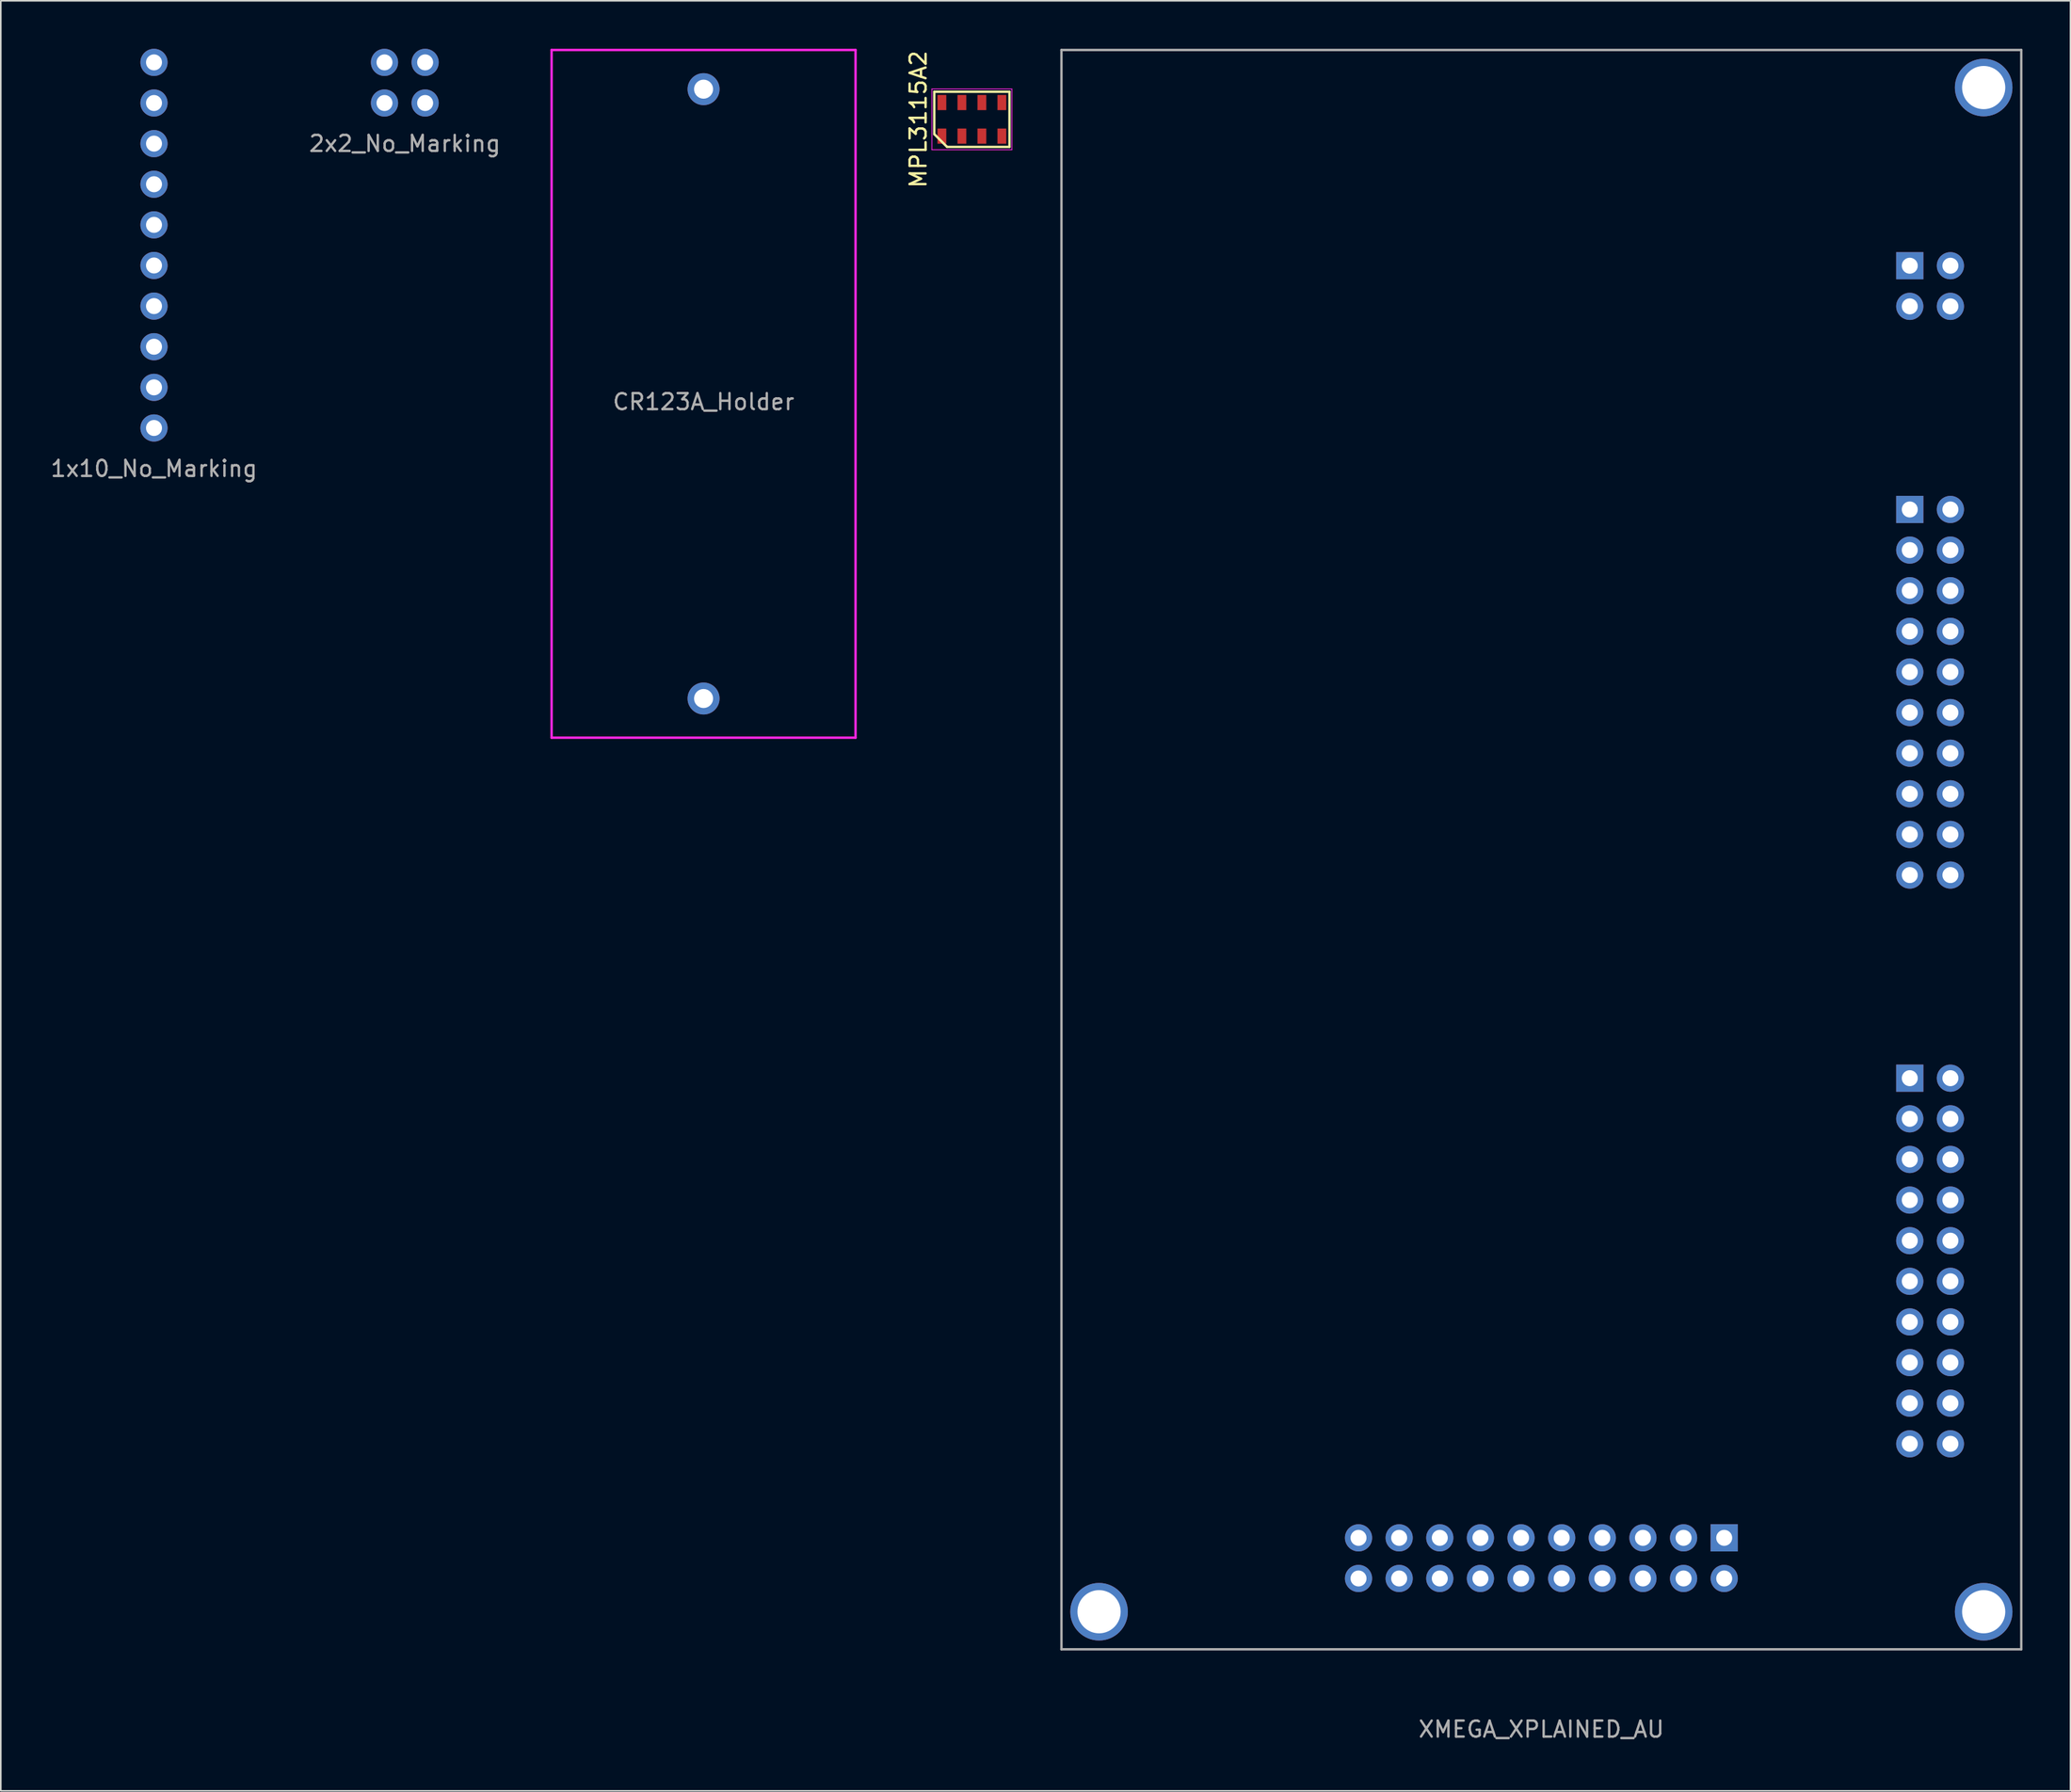
<source format=kicad_pcb>
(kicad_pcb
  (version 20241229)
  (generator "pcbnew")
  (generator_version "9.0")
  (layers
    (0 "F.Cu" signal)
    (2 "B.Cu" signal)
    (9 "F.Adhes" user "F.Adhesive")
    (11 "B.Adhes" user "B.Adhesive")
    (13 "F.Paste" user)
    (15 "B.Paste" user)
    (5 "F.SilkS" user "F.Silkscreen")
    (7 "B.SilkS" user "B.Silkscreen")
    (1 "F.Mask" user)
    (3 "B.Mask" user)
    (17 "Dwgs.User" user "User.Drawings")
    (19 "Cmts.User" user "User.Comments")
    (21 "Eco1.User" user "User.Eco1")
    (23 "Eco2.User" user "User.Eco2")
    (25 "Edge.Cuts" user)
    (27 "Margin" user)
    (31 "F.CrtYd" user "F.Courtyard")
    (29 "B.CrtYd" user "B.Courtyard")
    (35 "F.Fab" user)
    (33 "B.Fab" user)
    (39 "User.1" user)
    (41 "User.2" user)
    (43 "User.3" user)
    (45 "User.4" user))
  (footprint "2x2_No_Marking"
    (layer "F.Cu")
    (at 20.986 0.85)
    (property "Reference" "2x2_No_Marking" (at 1.27 5.08 0) (layer "F.Fab") (effects (font (size 1 1) (thickness 0.15))))
    (attr through_hole)
    (pad "1" thru_hole circle (at 0 0) (size 1.7 1.7) (drill 1) (layers "*.Cu" "*.Mask"))
    (pad "2" thru_hole circle (at 2.54 0) (size 1.7 1.7) (drill 1) (layers "*.Cu" "*.Mask"))
    (pad "3" thru_hole circle (at 0 2.54) (size 1.7 1.7) (drill 1) (layers "*.Cu" "*.Mask"))
    (pad "4" thru_hole circle (at 2.54 2.54) (size 1.7 1.7) (drill 1) (layers "*.Cu" "*.Mask")))
  (footprint "MPL3115A2"
    (layer "F.Cu")
    (at 57.705 4.411)
    (property "Reference" "MPL3115A2" (at -3.35 0 90) (layer "F.SilkS") (effects (font (size 1 1) (thickness 0.15))))
    (attr smd)
    (fp_line (start -2.35 -1.725) (end 2.35 -1.725) (stroke (width 0.15) (type solid)) (layer "F.SilkS"))
    (fp_line (start -2.35 0.925) (end -2.35 -1.725) (stroke (width 0.15) (type solid)) (layer "F.SilkS"))
    (fp_line (start -1.55 1.725) (end -2.35 0.925) (stroke (width 0.15) (type solid)) (layer "F.SilkS"))
    (fp_line (start 2.35 -1.725) (end 2.35 1.725) (stroke (width 0.15) (type solid)) (layer "F.SilkS"))
    (fp_line (start 2.35 1.725) (end -1.55 1.725) (stroke (width 0.15) (type solid)) (layer "F.SilkS"))
    (fp_line (start -2.5 -1.9) (end 2.5 -1.9) (stroke (width 0.05) (type solid)) (layer "F.CrtYd"))
    (fp_line (start -2.5 1.9) (end -2.5 -1.9) (stroke (width 0.05) (type solid)) (layer "F.CrtYd"))
    (fp_line (start 2.5 -1.9) (end 2.5 1.9) (stroke (width 0.05) (type solid)) (layer "F.CrtYd"))
    (fp_line (start 2.5 1.9) (end -2.5 1.9) (stroke (width 0.05) (type solid)) (layer "F.CrtYd"))
    (pad "1" smd rect (at -1.875 1.05) (size 0.55 0.95) (layers "F.Cu" "F.Mask" "F.Paste"))
    (pad "2" smd rect (at -0.625 1.05) (size 0.55 0.95) (layers "F.Cu" "F.Mask" "F.Paste"))
    (pad "3" smd rect (at 0.625 1.05) (size 0.55 0.95) (layers "F.Cu" "F.Mask" "F.Paste"))
    (pad "4" smd rect (at 1.875 1.05) (size 0.55 0.95) (layers "F.Cu" "F.Mask" "F.Paste"))
    (pad "5" smd rect (at 1.875 -1.05) (size 0.55 0.95) (layers "F.Cu" "F.Mask" "F.Paste"))
    (pad "6" smd rect (at 0.625 -1.05) (size 0.55 0.95) (layers "F.Cu" "F.Mask" "F.Paste"))
    (pad "7" smd rect (at -0.625 -1.05) (size 0.55 0.95) (layers "F.Cu" "F.Mask" "F.Paste"))
    (pad "8" smd rect (at -1.875 -1.05) (size 0.55 0.95) (layers "F.Cu" "F.Mask" "F.Paste")))
  (footprint "CR123A_Holder"
    (layer "F.Cu")
    (at 40.932 21.575)
    (property "Reference" "CR123A_Holder" (at 0 0.5 0) (layer "F.Fab") (effects (font (size 1 1) (thickness 0.15))))
    (attr through_hole)
    (fp_line (start -9.5 -21.5) (end -9.5 21.5) (stroke (width 0.15) (type solid)) (layer "F.CrtYd"))
    (fp_line (start -9.5 21.5) (end 9.5 21.5) (stroke (width 0.15) (type solid)) (layer "F.CrtYd"))
    (fp_line (start 9.5 -21.5) (end -9.5 -21.5) (stroke (width 0.15) (type solid)) (layer "F.CrtYd"))
    (fp_line (start 9.5 21.5) (end 9.5 -21.5) (stroke (width 0.15) (type solid)) (layer "F.CrtYd"))
    (pad "1" thru_hole circle (at 0 -19.05) (size 2 2) (drill 1.19) (layers "*.Cu" "*.Mask"))
    (pad "2" thru_hole circle (at 0 19.05) (size 2 2) (drill 1.19) (layers "*.Cu" "*.Mask")))
  (footprint "XMEGA_XPLAINED_AU"
    (layer "F.Cu")
    (at 93.305 50.075)
    (property "Reference" "XMEGA_XPLAINED_AU" (at 0 55 0) (layer "F.Fab") (effects (font (size 1 1) (thickness 0.15))))
    (attr through_hole)
    (fp_line (start -30 -50) (end 30 -50) (stroke (width 0.15) (type solid)) (layer "F.Fab"))
    (fp_line (start -30 50) (end -30 -50) (stroke (width 0.15) (type solid)) (layer "F.Fab"))
    (fp_line (start 30 -50) (end 30 50) (stroke (width 0.15) (type solid)) (layer "F.Fab"))
    (fp_line (start 30 50) (end -30 50) (stroke (width 0.15) (type solid)) (layer "F.Fab"))
    (pad "" thru_hole circle (at -27.65 47.65) (size 3.6 3.6) (drill 2.7) (layers "*.Cu" "*.Mask"))
    (pad "" thru_hole circle (at 27.65 -47.65) (size 3.6 3.6) (drill 2.7) (layers "*.Cu" "*.Mask"))
    (pad "" thru_hole circle (at 27.65 47.65) (size 3.6 3.6) (drill 2.7) (layers "*.Cu" "*.Mask"))
    (pad "A1" thru_hole rect (at 23.03 -21.27) (size 1.7 1.7) (drill 1) (layers "*.Cu" "*.Mask"))
    (pad "A2" thru_hole circle (at 25.57 -21.27) (size 1.7 1.7) (drill 1) (layers "*.Cu" "*.Mask"))
    (pad "A3" thru_hole circle (at 23.03 -18.73) (size 1.7 1.7) (drill 1) (layers "*.Cu" "*.Mask"))
    (pad "A4" thru_hole circle (at 25.57 -18.73) (size 1.7 1.7) (drill 1) (layers "*.Cu" "*.Mask"))
    (pad "A5" thru_hole circle (at 23.03 -16.19) (size 1.7 1.7) (drill 1) (layers "*.Cu" "*.Mask"))
    (pad "A6" thru_hole circle (at 25.57 -16.19) (size 1.7 1.7) (drill 1) (layers "*.Cu" "*.Mask"))
    (pad "A7" thru_hole circle (at 23.03 -13.65) (size 1.7 1.7) (drill 1) (layers "*.Cu" "*.Mask"))
    (pad "A8" thru_hole circle (at 25.57 -13.65) (size 1.7 1.7) (drill 1) (layers "*.Cu" "*.Mask"))
    (pad "A9" thru_hole circle (at 23.03 -11.11) (size 1.7 1.7) (drill 1) (layers "*.Cu" "*.Mask"))
    (pad "A10" thru_hole circle (at 25.57 -11.11) (size 1.7 1.7) (drill 1) (layers "*.Cu" "*.Mask"))
    (pad "A11" thru_hole circle (at 23.03 -8.57) (size 1.7 1.7) (drill 1) (layers "*.Cu" "*.Mask"))
    (pad "A12" thru_hole circle (at 25.57 -8.57) (size 1.7 1.7) (drill 1) (layers "*.Cu" "*.Mask"))
    (pad "A13" thru_hole circle (at 23.03 -6.03) (size 1.7 1.7) (drill 1) (layers "*.Cu" "*.Mask"))
    (pad "A14" thru_hole circle (at 25.57 -6.03) (size 1.7 1.7) (drill 1) (layers "*.Cu" "*.Mask"))
    (pad "A15" thru_hole circle (at 23.03 -3.49) (size 1.7 1.7) (drill 1) (layers "*.Cu" "*.Mask"))
    (pad "A16" thru_hole circle (at 25.57 -3.49) (size 1.7 1.7) (drill 1) (layers "*.Cu" "*.Mask"))
    (pad "A17" thru_hole circle (at 23.03 -0.95) (size 1.7 1.7) (drill 1) (layers "*.Cu" "*.Mask"))
    (pad "A18" thru_hole circle (at 25.57 -0.95) (size 1.7 1.7) (drill 1) (layers "*.Cu" "*.Mask"))
    (pad "A19" thru_hole circle (at 23.03 1.59) (size 1.7 1.7) (drill 1) (layers "*.Cu" "*.Mask"))
    (pad "A20" thru_hole circle (at 25.57 1.59) (size 1.7 1.7) (drill 1) (layers "*.Cu" "*.Mask"))
    (pad "B1" thru_hole rect (at 23.03 14.29) (size 1.7 1.7) (drill 1) (layers "*.Cu" "*.Mask"))
    (pad "B2" thru_hole circle (at 25.57 14.29) (size 1.7 1.7) (drill 1) (layers "*.Cu" "*.Mask"))
    (pad "B3" thru_hole circle (at 23.03 16.83) (size 1.7 1.7) (drill 1) (layers "*.Cu" "*.Mask"))
    (pad "B4" thru_hole circle (at 25.57 16.83) (size 1.7 1.7) (drill 1) (layers "*.Cu" "*.Mask"))
    (pad "B5" thru_hole circle (at 23.03 19.37) (size 1.7 1.7) (drill 1) (layers "*.Cu" "*.Mask"))
    (pad "B6" thru_hole circle (at 25.57 19.37) (size 1.7 1.7) (drill 1) (layers "*.Cu" "*.Mask"))
    (pad "B7" thru_hole circle (at 23.03 21.91) (size 1.7 1.7) (drill 1) (layers "*.Cu" "*.Mask"))
    (pad "B8" thru_hole circle (at 25.57 21.91) (size 1.7 1.7) (drill 1) (layers "*.Cu" "*.Mask"))
    (pad "B9" thru_hole circle (at 23.03 24.45) (size 1.7 1.7) (drill 1) (layers "*.Cu" "*.Mask"))
    (pad "B10" thru_hole circle (at 25.57 24.45) (size 1.7 1.7) (drill 1) (layers "*.Cu" "*.Mask"))
    (pad "B11" thru_hole circle (at 23.03 26.99) (size 1.7 1.7) (drill 1) (layers "*.Cu" "*.Mask"))
    (pad "B12" thru_hole circle (at 25.57 26.99) (size 1.7 1.7) (drill 1) (layers "*.Cu" "*.Mask"))
    (pad "B13" thru_hole circle (at 23.03 29.53) (size 1.7 1.7) (drill 1) (layers "*.Cu" "*.Mask"))
    (pad "B14" thru_hole circle (at 25.57 29.53) (size 1.7 1.7) (drill 1) (layers "*.Cu" "*.Mask"))
    (pad "B15" thru_hole circle (at 23.03 32.07) (size 1.7 1.7) (drill 1) (layers "*.Cu" "*.Mask"))
    (pad "B16" thru_hole circle (at 25.57 32.07) (size 1.7 1.7) (drill 1) (layers "*.Cu" "*.Mask"))
    (pad "B17" thru_hole circle (at 23.03 34.61) (size 1.7 1.7) (drill 1) (layers "*.Cu" "*.Mask"))
    (pad "B18" thru_hole circle (at 25.57 34.61) (size 1.7 1.7) (drill 1) (layers "*.Cu" "*.Mask"))
    (pad "B19" thru_hole circle (at 23.03 37.15) (size 1.7 1.7) (drill 1) (layers "*.Cu" "*.Mask"))
    (pad "B20" thru_hole circle (at 25.57 37.15) (size 1.7 1.7) (drill 1) (layers "*.Cu" "*.Mask"))
    (pad "C1" thru_hole rect (at 11.43 43.03) (size 1.7 1.7) (drill 1) (layers "*.Cu" "*.Mask"))
    (pad "C2" thru_hole circle (at 11.43 45.57) (size 1.7 1.7) (drill 1) (layers "*.Cu" "*.Mask"))
    (pad "C3" thru_hole circle (at 8.89 43.03) (size 1.7 1.7) (drill 1) (layers "*.Cu" "*.Mask"))
    (pad "C4" thru_hole circle (at 8.89 45.57) (size 1.7 1.7) (drill 1) (layers "*.Cu" "*.Mask"))
    (pad "C5" thru_hole circle (at 6.35 43.03) (size 1.7 1.7) (drill 1) (layers "*.Cu" "*.Mask"))
    (pad "C6" thru_hole circle (at 6.35 45.57) (size 1.7 1.7) (drill 1) (layers "*.Cu" "*.Mask"))
    (pad "C7" thru_hole circle (at 3.81 43.03) (size 1.7 1.7) (drill 1) (layers "*.Cu" "*.Mask"))
    (pad "C8" thru_hole circle (at 3.81 45.57) (size 1.7 1.7) (drill 1) (layers "*.Cu" "*.Mask"))
    (pad "C9" thru_hole circle (at 1.27 43.03) (size 1.7 1.7) (drill 1) (layers "*.Cu" "*.Mask"))
    (pad "C10" thru_hole circle (at 1.27 45.57) (size 1.7 1.7) (drill 1) (layers "*.Cu" "*.Mask"))
    (pad "C11" thru_hole circle (at -1.27 43.03) (size 1.7 1.7) (drill 1) (layers "*.Cu" "*.Mask"))
    (pad "C12" thru_hole circle (at -1.27 45.57) (size 1.7 1.7) (drill 1) (layers "*.Cu" "*.Mask"))
    (pad "C13" thru_hole circle (at -3.81 43.03) (size 1.7 1.7) (drill 1) (layers "*.Cu" "*.Mask"))
    (pad "C14" thru_hole circle (at -3.81 45.57) (size 1.7 1.7) (drill 1) (layers "*.Cu" "*.Mask"))
    (pad "C15" thru_hole circle (at -6.35 43.03) (size 1.7 1.7) (drill 1) (layers "*.Cu" "*.Mask"))
    (pad "C16" thru_hole circle (at -6.35 45.57) (size 1.7 1.7) (drill 1) (layers "*.Cu" "*.Mask"))
    (pad "C17" thru_hole circle (at -8.89 43.03) (size 1.7 1.7) (drill 1) (layers "*.Cu" "*.Mask"))
    (pad "C18" thru_hole circle (at -8.89 45.57) (size 1.7 1.7) (drill 1) (layers "*.Cu" "*.Mask"))
    (pad "C19" thru_hole circle (at -11.43 43.03) (size 1.7 1.7) (drill 1) (layers "*.Cu" "*.Mask"))
    (pad "C20" thru_hole circle (at -11.43 45.57) (size 1.7 1.7) (drill 1) (layers "*.Cu" "*.Mask"))
    (pad "P1" thru_hole rect (at 23.03 -36.51) (size 1.7 1.7) (drill 1) (layers "*.Cu" "*.Mask"))
    (pad "P2" thru_hole circle (at 25.57 -36.51) (size 1.7 1.7) (drill 1) (layers "*.Cu" "*.Mask"))
    (pad "P3" thru_hole circle (at 23.03 -33.97) (size 1.7 1.7) (drill 1) (layers "*.Cu" "*.Mask"))
    (pad "P4" thru_hole circle (at 25.57 -33.97) (size 1.7 1.7) (drill 1) (layers "*.Cu" "*.Mask")))
  (footprint "1x10_No_Marking"
    (layer "F.Cu")
    (at 6.577 0.85)
    (property "Reference" "1x10_No_Marking" (at 0 25.4 0) (layer "F.Fab") (effects (font (size 1 1) (thickness 0.15))))
    (attr through_hole)
    (pad "1" thru_hole circle (at 0 0) (size 1.7 1.7) (drill 1) (layers "*.Cu" "*.Mask"))
    (pad "2" thru_hole circle (at 0 2.54) (size 1.7 1.7) (drill 1) (layers "*.Cu" "*.Mask"))
    (pad "3" thru_hole circle (at 0 5.08) (size 1.7 1.7) (drill 1) (layers "*.Cu" "*.Mask"))
    (pad "4" thru_hole circle (at 0 7.62) (size 1.7 1.7) (drill 1) (layers "*.Cu" "*.Mask"))
    (pad "5" thru_hole circle (at 0 10.16) (size 1.7 1.7) (drill 1) (layers "*.Cu" "*.Mask"))
    (pad "6" thru_hole circle (at 0 12.7) (size 1.7 1.7) (drill 1) (layers "*.Cu" "*.Mask"))
    (pad "7" thru_hole circle (at 0 15.24) (size 1.7 1.7) (drill 1) (layers "*.Cu" "*.Mask"))
    (pad "8" thru_hole circle (at 0 17.78) (size 1.7 1.7) (drill 1) (layers "*.Cu" "*.Mask"))
    (pad "9" thru_hole circle (at 0 20.32) (size 1.7 1.7) (drill 1) (layers "*.Cu" "*.Mask"))
    (pad "10" thru_hole circle (at 0 22.86) (size 1.7 1.7) (drill 1) (layers "*.Cu" "*.Mask")))
  (gr_rect
    (start -3 -3)
    (end 126.38 108.923)
    (stroke (width 0.1) (type default))
    (fill no)
    (layer "Edge.Cuts")))
</source>
